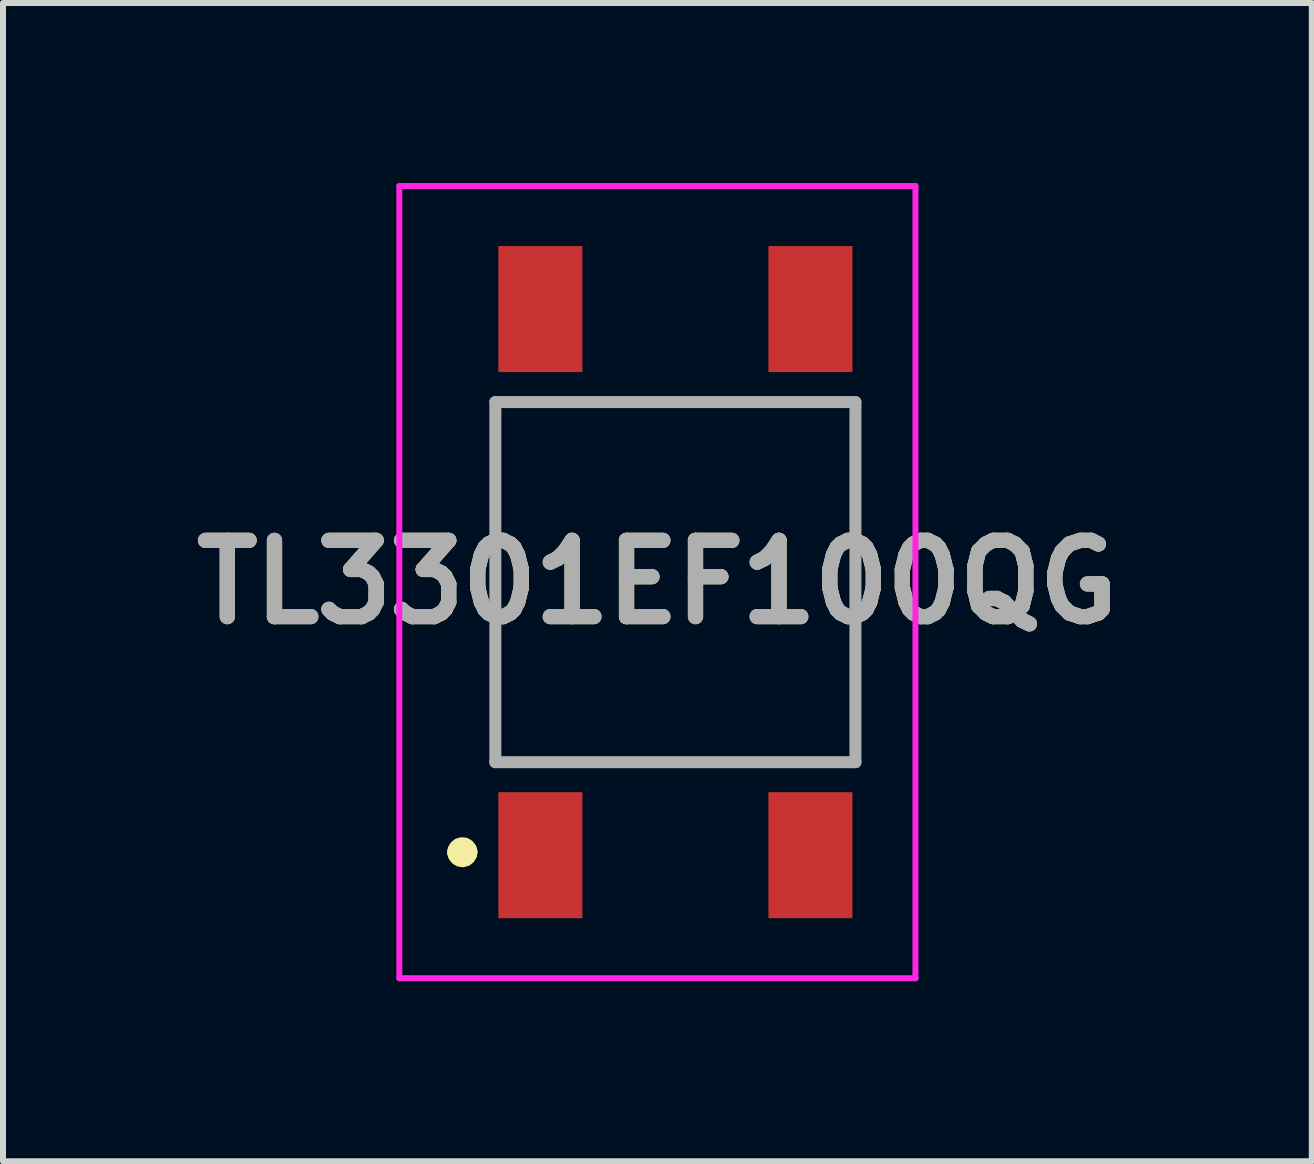
<source format=kicad_pcb>
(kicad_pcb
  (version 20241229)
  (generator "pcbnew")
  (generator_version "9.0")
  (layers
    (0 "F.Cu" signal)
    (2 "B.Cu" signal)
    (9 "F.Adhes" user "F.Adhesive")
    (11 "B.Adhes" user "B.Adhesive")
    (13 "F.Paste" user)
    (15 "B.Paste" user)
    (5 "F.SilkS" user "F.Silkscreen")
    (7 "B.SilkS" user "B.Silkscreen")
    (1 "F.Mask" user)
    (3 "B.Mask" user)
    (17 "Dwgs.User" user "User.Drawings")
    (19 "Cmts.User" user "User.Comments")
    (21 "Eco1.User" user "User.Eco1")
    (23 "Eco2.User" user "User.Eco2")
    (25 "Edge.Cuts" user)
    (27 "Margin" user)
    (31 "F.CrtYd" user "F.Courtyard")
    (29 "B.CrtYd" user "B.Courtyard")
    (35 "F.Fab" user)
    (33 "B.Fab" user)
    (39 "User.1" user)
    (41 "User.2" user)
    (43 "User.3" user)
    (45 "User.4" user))
  (footprint "TL3301EF100QG"
    (layer "F.Cu")
    (at 8.204 6.65)
    (property "Reference" "TL3301EF100QG" (at -0.3 0 0) (layer "F.SilkS") (effects (font (size 1.27 1.27) (thickness 0.254))))
    (attr smd)
    (fp_line (start -3.6 4.5) (end -3.6 4.5) (stroke (width 0.4) (type solid)) (layer "F.SilkS"))
    (fp_line (start -3.5 4.5) (end -3.5 4.5) (stroke (width 0.4) (type solid)) (layer "F.SilkS"))
    (fp_line (start -3 -3) (end 3 -3) (stroke (width 0.1) (type solid)) (layer "F.SilkS"))
    (fp_line (start -3 3) (end -3 -3) (stroke (width 0.1) (type solid)) (layer "F.SilkS"))
    (fp_line (start 3 -3) (end 3 3) (stroke (width 0.1) (type solid)) (layer "F.SilkS"))
    (fp_line (start 3 3) (end -3 3) (stroke (width 0.1) (type solid)) (layer "F.SilkS"))
    (fp_arc (start -3.6 4.5) (mid -3.55 4.45) (end -3.5 4.5) (stroke (width 0.4) (type solid)) (layer "F.SilkS"))
    (fp_arc (start -3.5 4.5) (mid -3.55 4.55) (end -3.6 4.5) (stroke (width 0.4) (type solid)) (layer "F.SilkS"))
    (fp_line (start -4.6 -6.6) (end 4 -6.6) (stroke (width 0.1) (type solid)) (layer "F.CrtYd"))
    (fp_line (start -4.6 6.6) (end -4.6 -6.6) (stroke (width 0.1) (type solid)) (layer "F.CrtYd"))
    (fp_line (start 4 -6.6) (end 4 6.6) (stroke (width 0.1) (type solid)) (layer "F.CrtYd"))
    (fp_line (start 4 6.6) (end -4.6 6.6) (stroke (width 0.1) (type solid)) (layer "F.CrtYd"))
    (fp_line (start -3 -3) (end 3 -3) (stroke (width 0.2) (type solid)) (layer "F.Fab"))
    (fp_line (start -3 3) (end -3 -3) (stroke (width 0.2) (type solid)) (layer "F.Fab"))
    (fp_line (start 3 -3) (end 3 3) (stroke (width 0.2) (type solid)) (layer "F.Fab"))
    (fp_line (start 3 3) (end -3 3) (stroke (width 0.2) (type solid)) (layer "F.Fab"))
    (fp_text user "${REFERENCE}" (at -0.3 0 0) (layer "F.Fab") (effects (font (size 1.27 1.27) (thickness 0.254))))
    (pad "1" smd rect (at -2.25 4.55) (size 1.4 2.1) (layers "F.Cu" "F.Mask" "F.Paste"))
    (pad "2" smd rect (at -2.25 -4.55) (size 1.4 2.1) (layers "F.Cu" "F.Mask" "F.Paste"))
    (pad "3" smd rect (at 2.25 4.55) (size 1.4 2.1) (layers "F.Cu" "F.Mask" "F.Paste"))
    (pad "4" smd rect (at 2.25 -4.55) (size 1.4 2.1) (layers "F.Cu" "F.Mask" "F.Paste")))
  (gr_rect
    (start -3 -3)
    (end 18.808 16.3)
    (stroke (width 0.1) (type default))
    (fill no)
    (layer "Edge.Cuts")))
</source>
